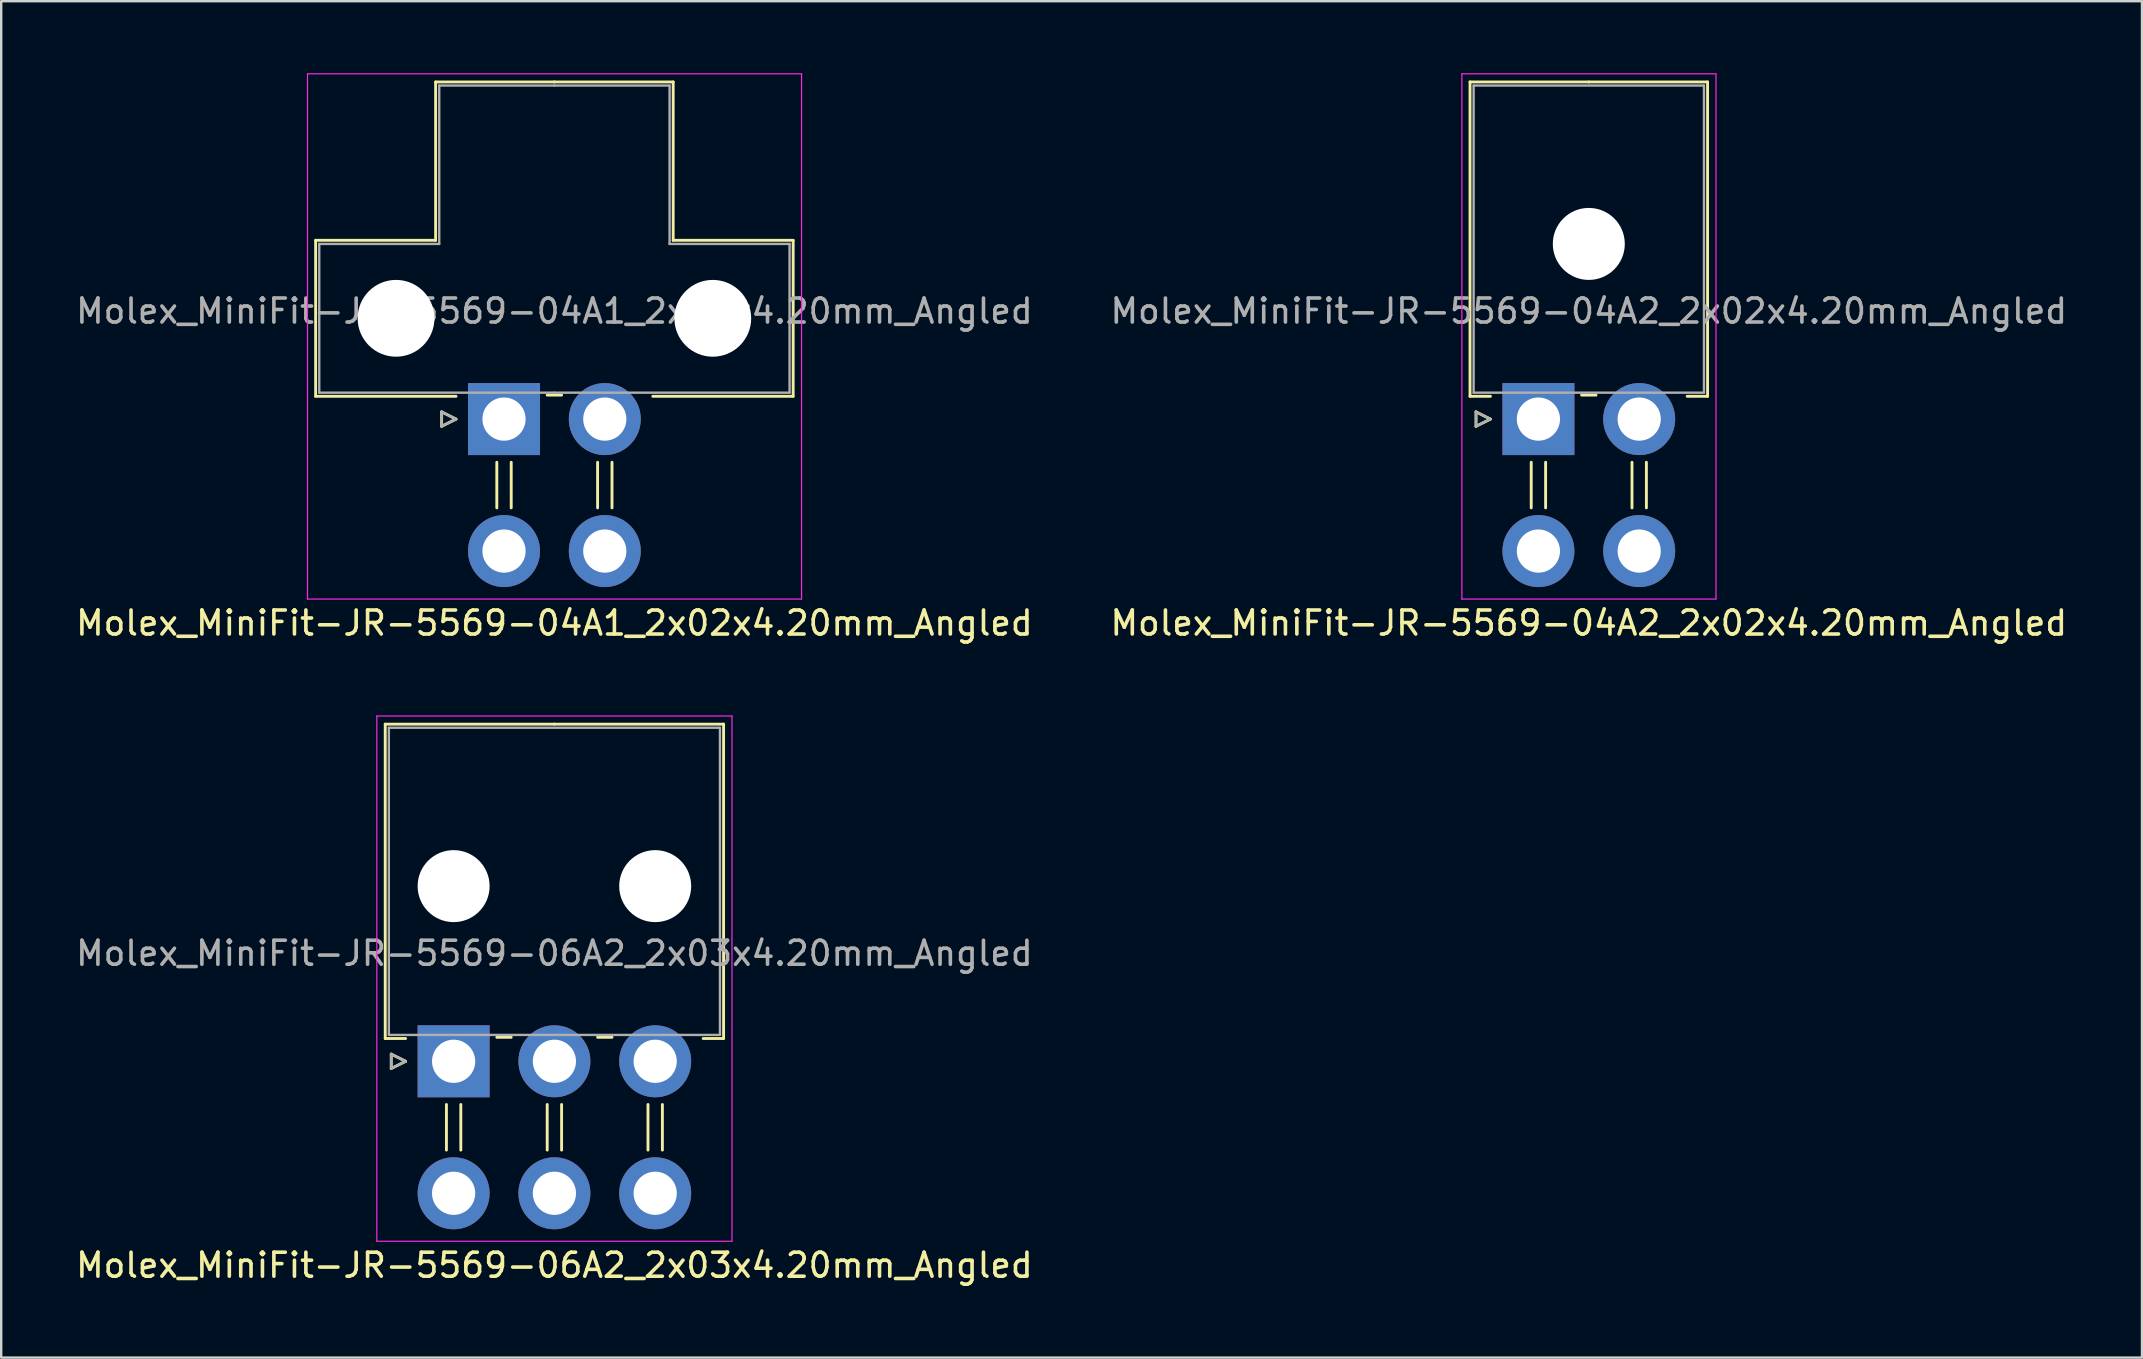
<source format=kicad_pcb>
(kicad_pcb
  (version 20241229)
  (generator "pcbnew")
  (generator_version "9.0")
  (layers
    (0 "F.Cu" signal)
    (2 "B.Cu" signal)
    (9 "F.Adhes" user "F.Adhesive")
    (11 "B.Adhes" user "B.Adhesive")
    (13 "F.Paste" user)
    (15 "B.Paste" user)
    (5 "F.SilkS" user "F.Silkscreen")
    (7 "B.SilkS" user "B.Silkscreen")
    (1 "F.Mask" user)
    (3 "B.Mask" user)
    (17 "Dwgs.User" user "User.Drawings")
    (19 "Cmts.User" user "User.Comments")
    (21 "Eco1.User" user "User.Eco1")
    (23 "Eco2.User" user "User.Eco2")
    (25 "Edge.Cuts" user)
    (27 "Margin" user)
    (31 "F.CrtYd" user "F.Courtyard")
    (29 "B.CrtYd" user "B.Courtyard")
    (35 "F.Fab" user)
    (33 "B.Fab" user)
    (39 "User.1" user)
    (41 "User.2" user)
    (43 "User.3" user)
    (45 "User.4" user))
  (footprint "Molex_MiniFit-JR-5569-04A2_2x02x4.20mm_Angled"
    (layer "F.Cu")
    (at 61.061 14.415)
    (property "Reference" "Molex_MiniFit-JR-5569-04A2_2x02x4.20mm_Angled" (at 2.1 8.5 0) (layer "F.SilkS") (effects (font (size 1 1) (thickness 0.15))))
    (attr through_hole)
    (fp_line (start -2.85 -14.05) (end 2.1 -14.05) (stroke (width 0.12) (type solid)) (layer "F.SilkS"))
    (fp_line (start -2.85 -0.95) (end -2.85 -14.05) (stroke (width 0.12) (type solid)) (layer "F.SilkS"))
    (fp_line (start -2.6 -0.3) (end -2 0) (stroke (width 0.12) (type solid)) (layer "F.SilkS"))
    (fp_line (start -2.6 0.3) (end -2.6 -0.3) (stroke (width 0.12) (type solid)) (layer "F.SilkS"))
    (fp_line (start -2 -0.95) (end -2.85 -0.95) (stroke (width 0.12) (type solid)) (layer "F.SilkS"))
    (fp_line (start -2 0) (end -2.6 0.3) (stroke (width 0.12) (type solid)) (layer "F.SilkS"))
    (fp_line (start -0.3 1.8) (end -0.3 3.7) (stroke (width 0.12) (type solid)) (layer "F.SilkS"))
    (fp_line (start 0.3 1.8) (end 0.3 3.7) (stroke (width 0.12) (type solid)) (layer "F.SilkS"))
    (fp_line (start 1.8 -1) (end 2.4 -1) (stroke (width 0.12) (type solid)) (layer "F.SilkS"))
    (fp_line (start 3.9 1.8) (end 3.9 3.7) (stroke (width 0.12) (type solid)) (layer "F.SilkS"))
    (fp_line (start 4.5 1.8) (end 4.5 3.7) (stroke (width 0.12) (type solid)) (layer "F.SilkS"))
    (fp_line (start 6.2 -0.95) (end 7.05 -0.95) (stroke (width 0.12) (type solid)) (layer "F.SilkS"))
    (fp_line (start 7.05 -14.05) (end 2.1 -14.05) (stroke (width 0.12) (type solid)) (layer "F.SilkS"))
    (fp_line (start 7.05 -0.95) (end 7.05 -14.05) (stroke (width 0.12) (type solid)) (layer "F.SilkS"))
    (fp_line (start -3.19 -14.39) (end -3.19 7.5) (stroke (width 0.05) (type solid)) (layer "F.CrtYd"))
    (fp_line (start -3.19 7.5) (end 7.4 7.5) (stroke (width 0.05) (type solid)) (layer "F.CrtYd"))
    (fp_line (start 7.4 -14.39) (end -3.19 -14.39) (stroke (width 0.05) (type solid)) (layer "F.CrtYd"))
    (fp_line (start 7.4 7.5) (end 7.4 -14.39) (stroke (width 0.05) (type solid)) (layer "F.CrtYd"))
    (fp_line (start -2.7 -13.9) (end -2.7 -1.1) (stroke (width 0.1) (type solid)) (layer "F.Fab"))
    (fp_line (start -2.7 -1.1) (end 6.9 -1.1) (stroke (width 0.1) (type solid)) (layer "F.Fab"))
    (fp_line (start -2.6 -0.3) (end -2 0) (stroke (width 0.1) (type solid)) (layer "F.Fab"))
    (fp_line (start -2.6 0.3) (end -2.6 -0.3) (stroke (width 0.1) (type solid)) (layer "F.Fab"))
    (fp_line (start -2 0) (end -2.6 0.3) (stroke (width 0.1) (type solid)) (layer "F.Fab"))
    (fp_line (start 6.9 -13.9) (end -2.7 -13.9) (stroke (width 0.1) (type solid)) (layer "F.Fab"))
    (fp_line (start 6.9 -1.1) (end 6.9 -13.9) (stroke (width 0.1) (type solid)) (layer "F.Fab"))
    (fp_text user "${REFERENCE}" (at 2.1 -4.5 0) (layer "F.Fab") (effects (font (size 1 1) (thickness 0.15))))
    (pad "" np_thru_hole circle (at 2.1 -7.3) (size 3 3) (drill 3) (layers "*.Cu" "*.Mask"))
    (pad "1" thru_hole rect (at 0 0) (size 3 3) (drill 1.8) (layers "*.Cu" "*.Mask"))
    (pad "2" thru_hole circle (at 4.2 0) (size 3 3) (drill 1.8) (layers "*.Cu" "*.Mask"))
    (pad "3" thru_hole circle (at 0 5.5) (size 3 3) (drill 1.8) (layers "*.Cu" "*.Mask"))
    (pad "4" thru_hole circle (at 4.2 5.5) (size 3 3) (drill 1.8) (layers "*.Cu" "*.Mask")))
  (footprint "Molex_MiniFit-JR-5569-06A2_2x03x4.20mm_Angled"
    (layer "F.Cu")
    (at 15.854 41.178)
    (property "Reference" "Molex_MiniFit-JR-5569-06A2_2x03x4.20mm_Angled" (at 4.2 8.5 0) (layer "F.SilkS") (effects (font (size 1 1) (thickness 0.15))))
    (attr through_hole)
    (fp_line (start -2.85 -14.05) (end 4.2 -14.05) (stroke (width 0.12) (type solid)) (layer "F.SilkS"))
    (fp_line (start -2.85 -0.95) (end -2.85 -14.05) (stroke (width 0.12) (type solid)) (layer "F.SilkS"))
    (fp_line (start -2.6 -0.3) (end -2 0) (stroke (width 0.12) (type solid)) (layer "F.SilkS"))
    (fp_line (start -2.6 0.3) (end -2.6 -0.3) (stroke (width 0.12) (type solid)) (layer "F.SilkS"))
    (fp_line (start -2 -0.95) (end -2.85 -0.95) (stroke (width 0.12) (type solid)) (layer "F.SilkS"))
    (fp_line (start -2 0) (end -2.6 0.3) (stroke (width 0.12) (type solid)) (layer "F.SilkS"))
    (fp_line (start -0.3 1.8) (end -0.3 3.7) (stroke (width 0.12) (type solid)) (layer "F.SilkS"))
    (fp_line (start 0.3 1.8) (end 0.3 3.7) (stroke (width 0.12) (type solid)) (layer "F.SilkS"))
    (fp_line (start 1.8 -1) (end 2.4 -1) (stroke (width 0.12) (type solid)) (layer "F.SilkS"))
    (fp_line (start 3.9 1.8) (end 3.9 3.7) (stroke (width 0.12) (type solid)) (layer "F.SilkS"))
    (fp_line (start 4.5 1.8) (end 4.5 3.7) (stroke (width 0.12) (type solid)) (layer "F.SilkS"))
    (fp_line (start 6 -1) (end 6.6 -1) (stroke (width 0.12) (type solid)) (layer "F.SilkS"))
    (fp_line (start 8.1 1.8) (end 8.1 3.7) (stroke (width 0.12) (type solid)) (layer "F.SilkS"))
    (fp_line (start 8.7 1.8) (end 8.7 3.7) (stroke (width 0.12) (type solid)) (layer "F.SilkS"))
    (fp_line (start 10.4 -0.95) (end 11.25 -0.95) (stroke (width 0.12) (type solid)) (layer "F.SilkS"))
    (fp_line (start 11.25 -14.05) (end 4.2 -14.05) (stroke (width 0.12) (type solid)) (layer "F.SilkS"))
    (fp_line (start 11.25 -0.95) (end 11.25 -14.05) (stroke (width 0.12) (type solid)) (layer "F.SilkS"))
    (fp_line (start -3.2 -14.39) (end -3.2 7.5) (stroke (width 0.05) (type solid)) (layer "F.CrtYd"))
    (fp_line (start -3.2 7.5) (end 11.6 7.5) (stroke (width 0.05) (type solid)) (layer "F.CrtYd"))
    (fp_line (start 11.6 -14.39) (end -3.2 -14.39) (stroke (width 0.05) (type solid)) (layer "F.CrtYd"))
    (fp_line (start 11.6 7.5) (end 11.6 -14.39) (stroke (width 0.05) (type solid)) (layer "F.CrtYd"))
    (fp_line (start -2.7 -13.9) (end -2.7 -1.1) (stroke (width 0.1) (type solid)) (layer "F.Fab"))
    (fp_line (start -2.7 -1.1) (end 11.1 -1.1) (stroke (width 0.1) (type solid)) (layer "F.Fab"))
    (fp_line (start -2.6 -0.3) (end -2 0) (stroke (width 0.1) (type solid)) (layer "F.Fab"))
    (fp_line (start -2.6 0.3) (end -2.6 -0.3) (stroke (width 0.1) (type solid)) (layer "F.Fab"))
    (fp_line (start -2 0) (end -2.6 0.3) (stroke (width 0.1) (type solid)) (layer "F.Fab"))
    (fp_line (start 11.1 -13.9) (end -2.7 -13.9) (stroke (width 0.1) (type solid)) (layer "F.Fab"))
    (fp_line (start 11.1 -1.1) (end 11.1 -13.9) (stroke (width 0.1) (type solid)) (layer "F.Fab"))
    (fp_text user "${REFERENCE}" (at 4.2 -4.5 0) (layer "F.Fab") (effects (font (size 1 1) (thickness 0.15))))
    (pad "" np_thru_hole circle (at 0 -7.3) (size 3 3) (drill 3) (layers "*.Cu" "*.Mask"))
    (pad "" np_thru_hole circle (at 8.4 -7.3) (size 3 3) (drill 3) (layers "*.Cu" "*.Mask"))
    (pad "1" thru_hole rect (at 0 0) (size 3 3) (drill 1.8) (layers "*.Cu" "*.Mask"))
    (pad "2" thru_hole circle (at 4.2 0) (size 3 3) (drill 1.8) (layers "*.Cu" "*.Mask"))
    (pad "3" thru_hole circle (at 8.4 0) (size 3 3) (drill 1.8) (layers "*.Cu" "*.Mask"))
    (pad "4" thru_hole circle (at 0 5.5) (size 3 3) (drill 1.8) (layers "*.Cu" "*.Mask"))
    (pad "5" thru_hole circle (at 4.2 5.5) (size 3 3) (drill 1.8) (layers "*.Cu" "*.Mask"))
    (pad "6" thru_hole circle (at 8.4 5.5) (size 3 3) (drill 1.8) (layers "*.Cu" "*.Mask")))
  (footprint "Molex_MiniFit-JR-5569-04A1_2x02x4.20mm_Angled"
    (layer "F.Cu")
    (at 17.954 14.415)
    (property "Reference" "Molex_MiniFit-JR-5569-04A1_2x02x4.20mm_Angled" (at 2.1 8.5 0) (layer "F.SilkS") (effects (font (size 1 1) (thickness 0.15))))
    (attr through_hole)
    (fp_line (start -7.85 -7.45) (end -7.85 -0.95) (stroke (width 0.12) (type solid)) (layer "F.SilkS"))
    (fp_line (start -7.85 -0.95) (end -2 -0.95) (stroke (width 0.12) (type solid)) (layer "F.SilkS"))
    (fp_line (start -2.85 -14.05) (end -2.85 -7.45) (stroke (width 0.12) (type solid)) (layer "F.SilkS"))
    (fp_line (start -2.85 -7.45) (end -7.85 -7.45) (stroke (width 0.12) (type solid)) (layer "F.SilkS"))
    (fp_line (start -2.6 -0.3) (end -2 0) (stroke (width 0.12) (type solid)) (layer "F.SilkS"))
    (fp_line (start -2.6 0.3) (end -2.6 -0.3) (stroke (width 0.12) (type solid)) (layer "F.SilkS"))
    (fp_line (start -2 0) (end -2.6 0.3) (stroke (width 0.12) (type solid)) (layer "F.SilkS"))
    (fp_line (start -0.3 1.8) (end -0.3 3.7) (stroke (width 0.12) (type solid)) (layer "F.SilkS"))
    (fp_line (start 0.3 1.8) (end 0.3 3.7) (stroke (width 0.12) (type solid)) (layer "F.SilkS"))
    (fp_line (start 1.8 -1) (end 2.4 -1) (stroke (width 0.12) (type solid)) (layer "F.SilkS"))
    (fp_line (start 2.1 -14.05) (end -2.85 -14.05) (stroke (width 0.12) (type solid)) (layer "F.SilkS"))
    (fp_line (start 2.1 -14.05) (end 7.05 -14.05) (stroke (width 0.12) (type solid)) (layer "F.SilkS"))
    (fp_line (start 3.9 1.8) (end 3.9 3.7) (stroke (width 0.12) (type solid)) (layer "F.SilkS"))
    (fp_line (start 4.5 1.8) (end 4.5 3.7) (stroke (width 0.12) (type solid)) (layer "F.SilkS"))
    (fp_line (start 7.05 -14.05) (end 7.05 -7.45) (stroke (width 0.12) (type solid)) (layer "F.SilkS"))
    (fp_line (start 7.05 -7.45) (end 12.05 -7.45) (stroke (width 0.12) (type solid)) (layer "F.SilkS"))
    (fp_line (start 12.05 -7.45) (end 12.05 -0.95) (stroke (width 0.12) (type solid)) (layer "F.SilkS"))
    (fp_line (start 12.05 -0.95) (end 6.2 -0.95) (stroke (width 0.12) (type solid)) (layer "F.SilkS"))
    (fp_line (start -8.19 -14.39) (end -8.19 7.5) (stroke (width 0.05) (type solid)) (layer "F.CrtYd"))
    (fp_line (start -8.19 7.5) (end 12.4 7.5) (stroke (width 0.05) (type solid)) (layer "F.CrtYd"))
    (fp_line (start 12.4 -14.39) (end -8.19 -14.39) (stroke (width 0.05) (type solid)) (layer "F.CrtYd"))
    (fp_line (start 12.4 7.5) (end 12.4 -14.39) (stroke (width 0.05) (type solid)) (layer "F.CrtYd"))
    (fp_line (start -7.7 -7.3) (end -7.7 -1.1) (stroke (width 0.1) (type solid)) (layer "F.Fab"))
    (fp_line (start -7.7 -1.1) (end 2.1 -1.1) (stroke (width 0.1) (type solid)) (layer "F.Fab"))
    (fp_line (start -2.7 -13.9) (end -2.7 -7.3) (stroke (width 0.1) (type solid)) (layer "F.Fab"))
    (fp_line (start -2.7 -7.3) (end -7.7 -7.3) (stroke (width 0.1) (type solid)) (layer "F.Fab"))
    (fp_line (start -2.6 -0.3) (end -2 0) (stroke (width 0.1) (type solid)) (layer "F.Fab"))
    (fp_line (start -2.6 0.3) (end -2.6 -0.3) (stroke (width 0.1) (type solid)) (layer "F.Fab"))
    (fp_line (start -2 0) (end -2.6 0.3) (stroke (width 0.1) (type solid)) (layer "F.Fab"))
    (fp_line (start 2.1 -13.9) (end -2.7 -13.9) (stroke (width 0.1) (type solid)) (layer "F.Fab"))
    (fp_line (start 2.1 -13.9) (end 6.9 -13.9) (stroke (width 0.1) (type solid)) (layer "F.Fab"))
    (fp_line (start 6.9 -13.9) (end 6.9 -7.3) (stroke (width 0.1) (type solid)) (layer "F.Fab"))
    (fp_line (start 6.9 -7.3) (end 11.9 -7.3) (stroke (width 0.1) (type solid)) (layer "F.Fab"))
    (fp_line (start 11.9 -7.3) (end 11.9 -1.1) (stroke (width 0.1) (type solid)) (layer "F.Fab"))
    (fp_line (start 11.9 -1.1) (end 2.1 -1.1) (stroke (width 0.1) (type solid)) (layer "F.Fab"))
    (fp_text user "${REFERENCE}" (at 2.1 -4.5 0) (layer "F.Fab") (effects (font (size 1 1) (thickness 0.15))))
    (pad "" np_thru_hole circle (at -4.5 -4.2) (size 3.2 3.2) (drill 3.2) (layers "*.Cu" "*.Mask"))
    (pad "" np_thru_hole circle (at 8.7 -4.2) (size 3.2 3.2) (drill 3.2) (layers "*.Cu" "*.Mask"))
    (pad "1" thru_hole rect (at 0 0) (size 3 3) (drill 1.8) (layers "*.Cu" "*.Mask"))
    (pad "2" thru_hole circle (at 4.2 0) (size 3 3) (drill 1.8) (layers "*.Cu" "*.Mask"))
    (pad "3" thru_hole circle (at 0 5.5) (size 3 3) (drill 1.8) (layers "*.Cu" "*.Mask"))
    (pad "4" thru_hole circle (at 4.2 5.5) (size 3 3) (drill 1.8) (layers "*.Cu" "*.Mask")))
  (gr_rect
    (start -3 -3)
    (end 86.214 53.526)
    (stroke (width 0.1) (type default))
    (fill no)
    (layer "Edge.Cuts")))
</source>
